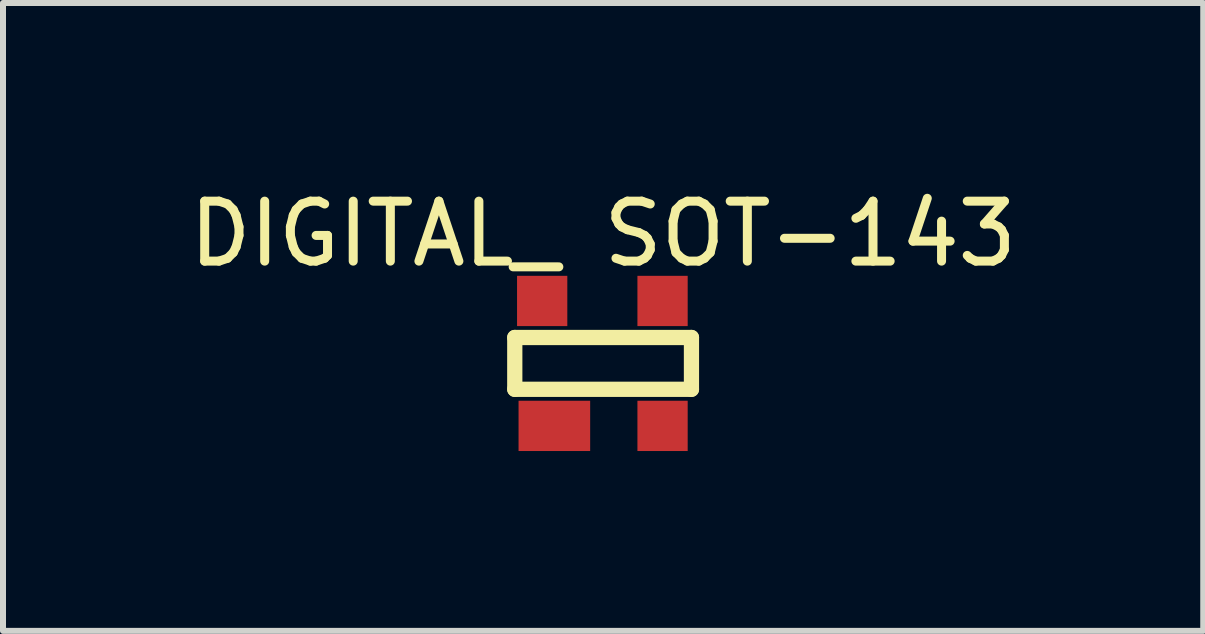
<source format=kicad_pcb>
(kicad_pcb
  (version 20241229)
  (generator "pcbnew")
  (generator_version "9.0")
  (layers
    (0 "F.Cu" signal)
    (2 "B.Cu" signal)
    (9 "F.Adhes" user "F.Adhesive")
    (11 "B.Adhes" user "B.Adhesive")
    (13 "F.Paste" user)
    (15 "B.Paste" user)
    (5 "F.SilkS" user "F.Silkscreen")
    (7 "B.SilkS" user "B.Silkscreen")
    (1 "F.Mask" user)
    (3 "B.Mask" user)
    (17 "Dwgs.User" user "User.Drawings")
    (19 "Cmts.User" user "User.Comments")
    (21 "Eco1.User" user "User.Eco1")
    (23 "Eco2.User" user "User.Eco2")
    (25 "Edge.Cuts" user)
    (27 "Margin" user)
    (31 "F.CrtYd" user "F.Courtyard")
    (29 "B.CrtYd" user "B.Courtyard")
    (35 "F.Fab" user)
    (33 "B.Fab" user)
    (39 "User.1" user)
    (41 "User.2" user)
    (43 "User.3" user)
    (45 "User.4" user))
  (footprint "DIGITAL_ SOT-143"
    (layer "F.Cu")
    (at 7.006 3.009)
    (property "Reference" "DIGITAL_ SOT-143" (at 0 -2.16 0) (layer "F.SilkS") (effects (font (size 1 1) (thickness 0.15))))
    (fp_line (start -1.473 -0.432) (end 1.473 -0.432) (stroke (width 0.254) (type solid)) (layer "F.SilkS"))
    (fp_line (start -1.473 0.432) (end -1.473 -0.432) (stroke (width 0.254) (type solid)) (layer "F.SilkS"))
    (fp_line (start -1.473 0.432) (end 1.473 0.432) (stroke (width 0.254) (type solid)) (layer "F.SilkS"))
    (fp_line (start 1.473 0.432) (end 1.473 -0.432) (stroke (width 0.254) (type solid)) (layer "F.SilkS"))
    (pad "1" smd rect (at -0.813 1.042) (size 1.194 0.838) (layers "F.Cu" "F.Mask" "F.Paste"))
    (pad "2" smd rect (at 0.991 1.042) (size 0.838 0.838) (layers "F.Cu" "F.Mask" "F.Paste"))
    (pad "3" smd rect (at 0.991 -1.041 90) (size 0.838 0.838) (layers "F.Cu" "F.Mask" "F.Paste"))
    (pad "4" smd rect (at -1.016 -1.041 270) (size 0.838 0.838) (layers "F.Cu" "F.Mask" "F.Paste")))
  (gr_rect
    (start -3 -3)
    (end 17.012 7.469)
    (stroke (width 0.1) (type default))
    (fill no)
    (layer "Edge.Cuts")))
</source>
